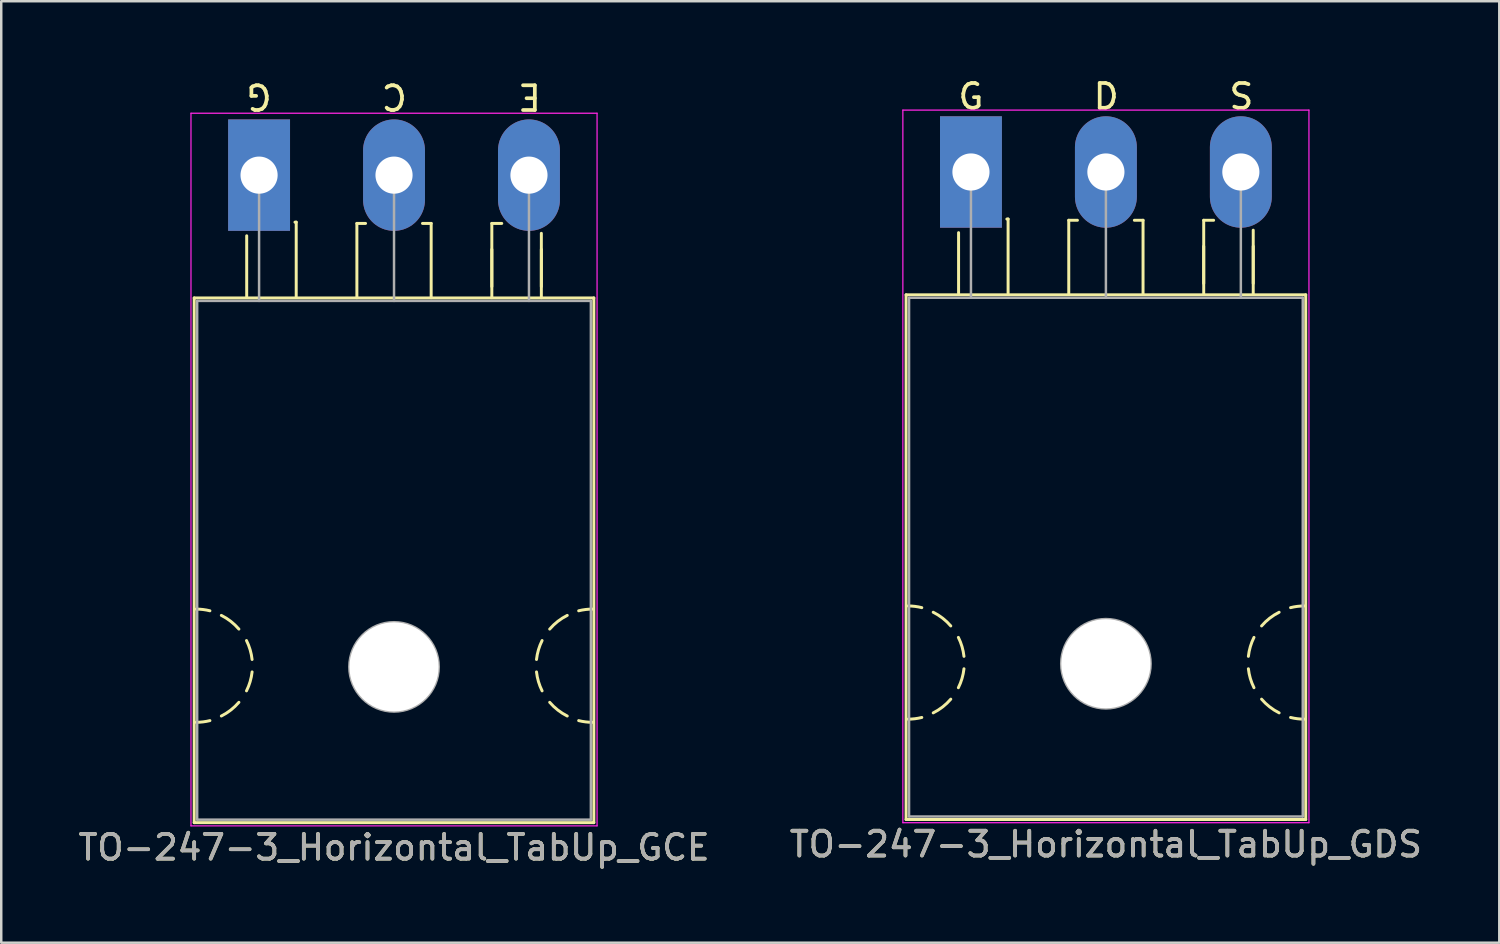
<source format=kicad_pcb>
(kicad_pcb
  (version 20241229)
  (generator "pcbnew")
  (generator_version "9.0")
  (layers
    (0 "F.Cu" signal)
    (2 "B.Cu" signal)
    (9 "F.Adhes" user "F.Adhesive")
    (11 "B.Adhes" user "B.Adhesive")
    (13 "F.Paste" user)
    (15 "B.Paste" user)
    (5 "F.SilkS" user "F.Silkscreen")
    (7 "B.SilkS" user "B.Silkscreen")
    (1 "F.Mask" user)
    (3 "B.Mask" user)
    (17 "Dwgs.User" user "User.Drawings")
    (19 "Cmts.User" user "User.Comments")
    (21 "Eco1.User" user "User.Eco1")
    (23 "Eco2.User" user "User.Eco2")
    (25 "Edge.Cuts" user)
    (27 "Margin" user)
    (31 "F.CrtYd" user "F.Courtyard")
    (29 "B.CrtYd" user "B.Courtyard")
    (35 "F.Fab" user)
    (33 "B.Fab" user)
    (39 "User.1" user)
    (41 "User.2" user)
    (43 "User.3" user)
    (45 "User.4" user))
  (footprint "TO-247-3_Horizontal_TabUp_GCE"
    (layer "F.Cu")
    (at 7.413 4.023)
    (property "Reference" "TO-247-3_Horizontal_TabUp_GCE" (at 5.45 27.15 0) (layer "F.SilkS") (effects (font (size 1 1) (thickness 0.15))))
    (fp_line (start -2.62 4.96) (end -2.62 26.15) (stroke (width 0.12) (type solid)) (layer "F.SilkS"))
    (fp_line (start -2.62 4.96) (end 13.52 4.96) (stroke (width 0.12) (type solid)) (layer "F.SilkS"))
    (fp_line (start -2.62 26.15) (end 13.52 26.15) (stroke (width 0.12) (type solid)) (layer "F.SilkS"))
    (fp_line (start -0.5 4.9) (end -0.5 2.45) (stroke (width 0.12) (type solid)) (layer "F.SilkS"))
    (fp_line (start 1.5 1.9) (end 1.45 1.9) (stroke (width 0.12) (type solid)) (layer "F.SilkS"))
    (fp_line (start 1.5 4.9) (end 1.5 1.9) (stroke (width 0.12) (type solid)) (layer "F.SilkS"))
    (fp_line (start 3.95 1.95) (end 4.3 1.95) (stroke (width 0.12) (type solid)) (layer "F.SilkS"))
    (fp_line (start 3.95 4.95) (end 3.95 1.95) (stroke (width 0.12) (type solid)) (layer "F.SilkS"))
    (fp_line (start 6.95 1.95) (end 6.6 1.95) (stroke (width 0.12) (type solid)) (layer "F.SilkS"))
    (fp_line (start 6.95 4.95) (end 6.95 1.95) (stroke (width 0.12) (type solid)) (layer "F.SilkS"))
    (fp_line (start 9.4 1.95) (end 9.8 1.95) (stroke (width 0.12) (type solid)) (layer "F.SilkS"))
    (fp_line (start 9.4 4.5) (end 9.4 3) (stroke (width 0.12) (type solid)) (layer "F.SilkS"))
    (fp_line (start 9.4 4.95) (end 9.4 1.95) (stroke (width 0.12) (type solid)) (layer "F.SilkS"))
    (fp_line (start 11.4 4.5) (end 11.4 3) (stroke (width 0.12) (type solid)) (layer "F.SilkS"))
    (fp_line (start 11.4 4.95) (end 11.4 2.35) (stroke (width 0.12) (type solid)) (layer "F.SilkS"))
    (fp_line (start 13.52 4.96) (end 13.52 26.15) (stroke (width 0.12) (type solid)) (layer "F.SilkS"))
    (fp_arc (start -2.54 17.526) (mid -2.260689 17.543128) (end -1.985564 17.594254) (stroke (width 0.12) (type solid)) (layer "F.SilkS"))
    (fp_arc (start -1.985564 22.029746) (mid -2.260689 22.080872) (end -2.54 22.098) (stroke (width 0.12) (type solid)) (layer "F.SilkS"))
    (fp_arc (start -1.524001 17.780001) (mid -1.14188 18.02132) (end -0.815088 18.333504) (stroke (width 0.12) (type solid)) (layer "F.SilkS"))
    (fp_arc (start -0.815087 21.290497) (mid -1.141879 21.60268) (end -1.524 21.844) (stroke (width 0.12) (type solid)) (layer "F.SilkS"))
    (fp_arc (start -0.508001 18.796001) (mid -0.361178 19.168563) (end -0.282051 19.561117) (stroke (width 0.12) (type solid)) (layer "F.SilkS"))
    (fp_arc (start -0.282051 20.062883) (mid -0.361178 20.455437) (end -0.508001 20.827999) (stroke (width 0.12) (type solid)) (layer "F.SilkS"))
    (fp_arc (start 11.204051 19.561117) (mid 11.283178 19.168563) (end 11.430001 18.796001) (stroke (width 0.12) (type solid)) (layer "F.SilkS"))
    (fp_arc (start 11.430001 20.827999) (mid 11.283178 20.455437) (end 11.204051 20.062883) (stroke (width 0.12) (type solid)) (layer "F.SilkS"))
    (fp_arc (start 11.737087 18.333503) (mid 12.063879 18.02132) (end 12.446 17.78) (stroke (width 0.12) (type solid)) (layer "F.SilkS"))
    (fp_arc (start 12.446001 21.843999) (mid 12.06388 21.60268) (end 11.737088 21.290496) (stroke (width 0.12) (type solid)) (layer "F.SilkS"))
    (fp_arc (start 12.907564 17.594254) (mid 13.182689 17.543128) (end 13.462 17.526) (stroke (width 0.12) (type solid)) (layer "F.SilkS"))
    (fp_arc (start 13.462 22.098) (mid 13.182689 22.080872) (end 12.907564 22.029746) (stroke (width 0.12) (type solid)) (layer "F.SilkS"))
    (fp_line (start -2.75 -2.5) (end -2.75 26.28) (stroke (width 0.05) (type solid)) (layer "F.CrtYd"))
    (fp_line (start -2.75 26.28) (end 13.65 26.28) (stroke (width 0.05) (type solid)) (layer "F.CrtYd"))
    (fp_line (start 13.65 -2.5) (end -2.75 -2.5) (stroke (width 0.05) (type solid)) (layer "F.CrtYd"))
    (fp_line (start 13.65 26.28) (end 13.65 -2.5) (stroke (width 0.05) (type solid)) (layer "F.CrtYd"))
    (fp_line (start -2.5 5.08) (end -2.5 26.03) (stroke (width 0.1) (type solid)) (layer "F.Fab"))
    (fp_line (start -2.5 26.03) (end 13.4 26.03) (stroke (width 0.1) (type solid)) (layer "F.Fab"))
    (fp_line (start 0 5.08) (end 0 0) (stroke (width 0.1) (type solid)) (layer "F.Fab"))
    (fp_line (start 5.45 5.08) (end 5.45 0) (stroke (width 0.1) (type solid)) (layer "F.Fab"))
    (fp_line (start 10.9 5.08) (end 10.9 0) (stroke (width 0.1) (type solid)) (layer "F.Fab"))
    (fp_line (start 13.4 5.08) (end -2.5 5.08) (stroke (width 0.1) (type solid)) (layer "F.Fab"))
    (fp_line (start 13.4 26.03) (end 13.4 5.08) (stroke (width 0.1) (type solid)) (layer "F.Fab"))
    (fp_circle (center 5.45 19.86) (end 7.255 19.86) (stroke (width 0.1) (type solid)) (fill no) (layer "F.Fab"))
    (fp_text user "C" (at 5.461 -3.175 180) (unlocked yes) (layer "F.SilkS") (effects (font (size 1 1) (thickness 0.15))))
    (fp_text user "G" (at 0 -3.175 180) (unlocked yes) (layer "F.SilkS") (effects (font (size 1 1) (thickness 0.15))))
    (fp_text user "E" (at 10.922 -3.175 180) (unlocked yes) (layer "F.SilkS") (effects (font (size 1 1) (thickness 0.15))))
    (fp_text user "${REFERENCE}" (at 5.45 27.15 0) (layer "F.Fab") (effects (font (size 1 1) (thickness 0.15))))
    (pad "" np_thru_hole oval (at 5.45 19.86) (size 3.6 3.6) (drill 3.6) (layers "*.Cu" "*.Mask"))
    (pad "1" thru_hole rect (at 0 0) (size 2.5 4.5) (drill 1.5) (layers "*.Cu" "*.Mask"))
    (pad "2" thru_hole oval (at 5.45 0) (size 2.5 4.5) (drill 1.5) (layers "*.Cu" "*.Mask"))
    (pad "3" thru_hole oval (at 10.9 0) (size 2.5 4.5) (drill 1.5) (layers "*.Cu" "*.Mask")))
  (footprint "TO-247-3_Horizontal_TabUp_GDS"
    (layer "F.Cu")
    (at 36.163 3.896)
    (property "Reference" "TO-247-3_Horizontal_TabUp_GDS" (at 5.45 27.15 0) (layer "F.SilkS") (effects (font (size 1 1) (thickness 0.15))))
    (attr through_hole)
    (fp_line (start -2.62 4.96) (end -2.62 26.15) (stroke (width 0.12) (type solid)) (layer "F.SilkS"))
    (fp_line (start -2.62 4.96) (end 13.52 4.96) (stroke (width 0.12) (type solid)) (layer "F.SilkS"))
    (fp_line (start -2.62 26.15) (end 13.52 26.15) (stroke (width 0.12) (type solid)) (layer "F.SilkS"))
    (fp_line (start -0.5 4.9) (end -0.5 2.45) (stroke (width 0.12) (type solid)) (layer "F.SilkS"))
    (fp_line (start 1.5 1.9) (end 1.45 1.9) (stroke (width 0.12) (type solid)) (layer "F.SilkS"))
    (fp_line (start 1.5 4.9) (end 1.5 1.9) (stroke (width 0.12) (type solid)) (layer "F.SilkS"))
    (fp_line (start 3.95 1.95) (end 4.3 1.95) (stroke (width 0.12) (type solid)) (layer "F.SilkS"))
    (fp_line (start 3.95 4.95) (end 3.95 1.95) (stroke (width 0.12) (type solid)) (layer "F.SilkS"))
    (fp_line (start 6.95 1.95) (end 6.6 1.95) (stroke (width 0.12) (type solid)) (layer "F.SilkS"))
    (fp_line (start 6.95 4.95) (end 6.95 1.95) (stroke (width 0.12) (type solid)) (layer "F.SilkS"))
    (fp_line (start 9.4 1.95) (end 9.8 1.95) (stroke (width 0.12) (type solid)) (layer "F.SilkS"))
    (fp_line (start 9.4 4.5) (end 9.4 3) (stroke (width 0.12) (type solid)) (layer "F.SilkS"))
    (fp_line (start 9.4 4.95) (end 9.4 1.95) (stroke (width 0.12) (type solid)) (layer "F.SilkS"))
    (fp_line (start 11.4 4.5) (end 11.4 3) (stroke (width 0.12) (type solid)) (layer "F.SilkS"))
    (fp_line (start 11.4 4.95) (end 11.4 2.35) (stroke (width 0.12) (type solid)) (layer "F.SilkS"))
    (fp_line (start 13.52 4.96) (end 13.52 26.15) (stroke (width 0.12) (type solid)) (layer "F.SilkS"))
    (fp_arc (start -2.54 17.526) (mid -2.260689 17.543128) (end -1.985564 17.594254) (stroke (width 0.12) (type solid)) (layer "F.SilkS"))
    (fp_arc (start -1.985564 22.029746) (mid -2.260689 22.080872) (end -2.54 22.098) (stroke (width 0.12) (type solid)) (layer "F.SilkS"))
    (fp_arc (start -1.524001 17.780001) (mid -1.14188 18.02132) (end -0.815088 18.333504) (stroke (width 0.12) (type solid)) (layer "F.SilkS"))
    (fp_arc (start -0.815087 21.290497) (mid -1.141879 21.60268) (end -1.524 21.844) (stroke (width 0.12) (type solid)) (layer "F.SilkS"))
    (fp_arc (start -0.508001 18.796001) (mid -0.361178 19.168563) (end -0.282051 19.561117) (stroke (width 0.12) (type solid)) (layer "F.SilkS"))
    (fp_arc (start -0.282051 20.062883) (mid -0.361178 20.455437) (end -0.508001 20.827999) (stroke (width 0.12) (type solid)) (layer "F.SilkS"))
    (fp_arc (start 11.204051 19.561117) (mid 11.283178 19.168563) (end 11.430001 18.796001) (stroke (width 0.12) (type solid)) (layer "F.SilkS"))
    (fp_arc (start 11.430001 20.827999) (mid 11.283178 20.455437) (end 11.204051 20.062883) (stroke (width 0.12) (type solid)) (layer "F.SilkS"))
    (fp_arc (start 11.737087 18.333503) (mid 12.063879 18.02132) (end 12.446 17.78) (stroke (width 0.12) (type solid)) (layer "F.SilkS"))
    (fp_arc (start 12.446001 21.843999) (mid 12.06388 21.60268) (end 11.737088 21.290496) (stroke (width 0.12) (type solid)) (layer "F.SilkS"))
    (fp_arc (start 12.907564 17.594254) (mid 13.182689 17.543128) (end 13.462 17.526) (stroke (width 0.12) (type solid)) (layer "F.SilkS"))
    (fp_arc (start 13.462 22.098) (mid 13.182689 22.080872) (end 12.907564 22.029746) (stroke (width 0.12) (type solid)) (layer "F.SilkS"))
    (fp_line (start -2.75 -2.5) (end -2.75 26.28) (stroke (width 0.05) (type solid)) (layer "F.CrtYd"))
    (fp_line (start -2.75 26.28) (end 13.65 26.28) (stroke (width 0.05) (type solid)) (layer "F.CrtYd"))
    (fp_line (start 13.65 -2.5) (end -2.75 -2.5) (stroke (width 0.05) (type solid)) (layer "F.CrtYd"))
    (fp_line (start 13.65 26.28) (end 13.65 -2.5) (stroke (width 0.05) (type solid)) (layer "F.CrtYd"))
    (fp_line (start -2.5 5.08) (end -2.5 26.03) (stroke (width 0.1) (type solid)) (layer "F.Fab"))
    (fp_line (start -2.5 26.03) (end 13.4 26.03) (stroke (width 0.1) (type solid)) (layer "F.Fab"))
    (fp_line (start 0 5.08) (end 0 0) (stroke (width 0.1) (type solid)) (layer "F.Fab"))
    (fp_line (start 5.45 5.08) (end 5.45 0) (stroke (width 0.1) (type solid)) (layer "F.Fab"))
    (fp_line (start 10.9 5.08) (end 10.9 0) (stroke (width 0.1) (type solid)) (layer "F.Fab"))
    (fp_line (start 13.4 5.08) (end -2.5 5.08) (stroke (width 0.1) (type solid)) (layer "F.Fab"))
    (fp_line (start 13.4 26.03) (end 13.4 5.08) (stroke (width 0.1) (type solid)) (layer "F.Fab"))
    (fp_circle (center 5.45 19.86) (end 7.255 19.86) (stroke (width 0.1) (type solid)) (fill no) (layer "F.Fab"))
    (fp_text user "D" (at 5.461 -3.048 0) (layer "F.SilkS") (effects (font (size 1 1) (thickness 0.15))))
    (fp_text user "S" (at 10.922 -3.048 0) (layer "F.SilkS") (effects (font (size 1 1) (thickness 0.15))))
    (fp_text user "G" (at 0 -3.048 0) (layer "F.SilkS") (effects (font (size 1 1) (thickness 0.15))))
    (fp_text user "${REFERENCE}" (at 5.45 27.15 0) (layer "F.Fab") (effects (font (size 1 1) (thickness 0.15))))
    (pad "" np_thru_hole oval (at 5.45 19.86) (size 3.6 3.6) (drill 3.6) (layers "*.Cu" "*.Mask"))
    (pad "1" thru_hole rect (at 0 0) (size 2.5 4.5) (drill 1.5) (layers "*.Cu" "*.Mask"))
    (pad "2" thru_hole oval (at 5.45 0) (size 2.5 4.5) (drill 1.5) (layers "*.Cu" "*.Mask"))
    (pad "3" thru_hole oval (at 10.9 0) (size 2.5 4.5) (drill 1.5) (layers "*.Cu" "*.Mask")))
  (gr_rect
    (start -3 -3)
    (end 57.5 35.022)
    (stroke (width 0.1) (type default))
    (fill no)
    (layer "Edge.Cuts")))
</source>
